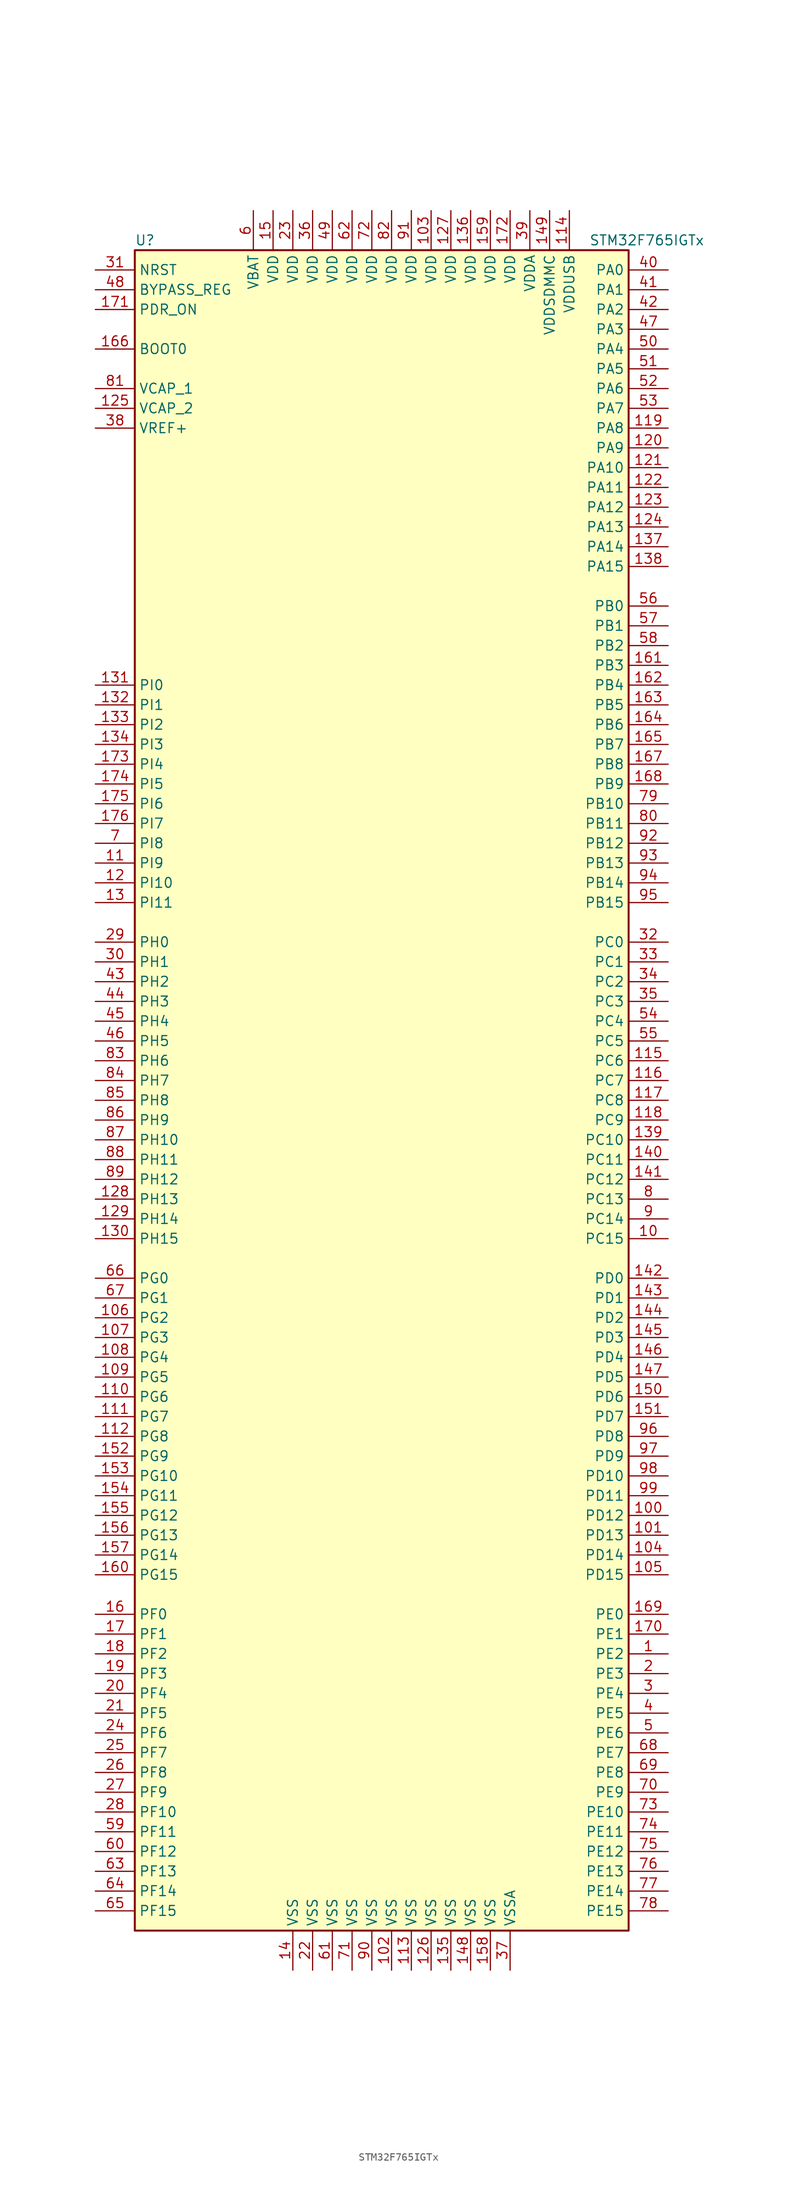
<source format=kicad_sym>
(kicad_symbol_lib
  (version 20211014)
  (generator kicad_symbol_editor)
  (symbol "STM32F765IGTx"
    (property "Reference" "U"
      (at -33.02 107.95 0)
      (effects (font (size 1.27 1.27)) (justify left)))
    (property "Value" "STM32F765IGTx"
      (at 25.4 107.95 0)
      (effects (font (size 1.27 1.27)) (justify left)))
    (symbol "STM32F765IGTx_0_1"
      (rectangle (start -33.02 -109.22) (end 30.48 106.68) (stroke (width 0.254) (type default) (color 0 0 0 0)) (fill (type background))))
    (symbol "STM32F765IGTx_1_1"
      (pin bidirectional line (at 35.56 -73.66 180) (length 5.08) (name "PE2" (effects (font (size 1.27 1.27)))) (number "1" (effects (font (size 1.27 1.27)))))
      (pin bidirectional line (at 35.56 -20.32 180) (length 5.08) (name "PC15" (effects (font (size 1.27 1.27)))) (number "10" (effects (font (size 1.27 1.27)))))
      (pin bidirectional line (at 35.56 -55.88 180) (length 5.08) (name "PD12" (effects (font (size 1.27 1.27)))) (number "100" (effects (font (size 1.27 1.27)))))
      (pin bidirectional line (at 35.56 -58.42 180) (length 5.08) (name "PD13" (effects (font (size 1.27 1.27)))) (number "101" (effects (font (size 1.27 1.27)))))
      (pin power_in line (at 0 -114.3 90) (length 5.08) (name "VSS" (effects (font (size 1.27 1.27)))) (number "102" (effects (font (size 1.27 1.27)))))
      (pin power_in line (at 5.08 111.76 270) (length 5.08) (name "VDD" (effects (font (size 1.27 1.27)))) (number "103" (effects (font (size 1.27 1.27)))))
      (pin bidirectional line (at 35.56 -60.96 180) (length 5.08) (name "PD14" (effects (font (size 1.27 1.27)))) (number "104" (effects (font (size 1.27 1.27)))))
      (pin bidirectional line (at 35.56 -63.5 180) (length 5.08) (name "PD15" (effects (font (size 1.27 1.27)))) (number "105" (effects (font (size 1.27 1.27)))))
      (pin bidirectional line (at -38.1 -30.48 0) (length 5.08) (name "PG2" (effects (font (size 1.27 1.27)))) (number "106" (effects (font (size 1.27 1.27)))))
      (pin bidirectional line (at -38.1 -33.02 0) (length 5.08) (name "PG3" (effects (font (size 1.27 1.27)))) (number "107" (effects (font (size 1.27 1.27)))))
      (pin bidirectional line (at -38.1 -35.56 0) (length 5.08) (name "PG4" (effects (font (size 1.27 1.27)))) (number "108" (effects (font (size 1.27 1.27)))))
      (pin bidirectional line (at -38.1 -38.1 0) (length 5.08) (name "PG5" (effects (font (size 1.27 1.27)))) (number "109" (effects (font (size 1.27 1.27)))))
      (pin bidirectional line (at -38.1 27.94 0) (length 5.08) (name "PI9" (effects (font (size 1.27 1.27)))) (number "11" (effects (font (size 1.27 1.27)))))
      (pin bidirectional line (at -38.1 -40.64 0) (length 5.08) (name "PG6" (effects (font (size 1.27 1.27)))) (number "110" (effects (font (size 1.27 1.27)))))
      (pin bidirectional line (at -38.1 -43.18 0) (length 5.08) (name "PG7" (effects (font (size 1.27 1.27)))) (number "111" (effects (font (size 1.27 1.27)))))
      (pin bidirectional line (at -38.1 -45.72 0) (length 5.08) (name "PG8" (effects (font (size 1.27 1.27)))) (number "112" (effects (font (size 1.27 1.27)))))
      (pin power_in line (at 2.54 -114.3 90) (length 5.08) (name "VSS" (effects (font (size 1.27 1.27)))) (number "113" (effects (font (size 1.27 1.27)))))
      (pin power_in line (at 22.86 111.76 270) (length 5.08) (name "VDDUSB" (effects (font (size 1.27 1.27)))) (number "114" (effects (font (size 1.27 1.27)))))
      (pin bidirectional line (at 35.56 2.54 180) (length 5.08) (name "PC6" (effects (font (size 1.27 1.27)))) (number "115" (effects (font (size 1.27 1.27)))))
      (pin bidirectional line (at 35.56 0 180) (length 5.08) (name "PC7" (effects (font (size 1.27 1.27)))) (number "116" (effects (font (size 1.27 1.27)))))
      (pin bidirectional line (at 35.56 -2.54 180) (length 5.08) (name "PC8" (effects (font (size 1.27 1.27)))) (number "117" (effects (font (size 1.27 1.27)))))
      (pin bidirectional line (at 35.56 -5.08 180) (length 5.08) (name "PC9" (effects (font (size 1.27 1.27)))) (number "118" (effects (font (size 1.27 1.27)))))
      (pin bidirectional line (at 35.56 83.82 180) (length 5.08) (name "PA8" (effects (font (size 1.27 1.27)))) (number "119" (effects (font (size 1.27 1.27)))))
      (pin bidirectional line (at -38.1 25.4 0) (length 5.08) (name "PI10" (effects (font (size 1.27 1.27)))) (number "12" (effects (font (size 1.27 1.27)))))
      (pin bidirectional line (at 35.56 81.28 180) (length 5.08) (name "PA9" (effects (font (size 1.27 1.27)))) (number "120" (effects (font (size 1.27 1.27)))))
      (pin bidirectional line (at 35.56 78.74 180) (length 5.08) (name "PA10" (effects (font (size 1.27 1.27)))) (number "121" (effects (font (size 1.27 1.27)))))
      (pin bidirectional line (at 35.56 76.2 180) (length 5.08) (name "PA11" (effects (font (size 1.27 1.27)))) (number "122" (effects (font (size 1.27 1.27)))))
      (pin bidirectional line (at 35.56 73.66 180) (length 5.08) (name "PA12" (effects (font (size 1.27 1.27)))) (number "123" (effects (font (size 1.27 1.27)))))
      (pin bidirectional line (at 35.56 71.12 180) (length 5.08) (name "PA13" (effects (font (size 1.27 1.27)))) (number "124" (effects (font (size 1.27 1.27)))))
      (pin power_in line (at -38.1 86.36 0) (length 5.08) (name "VCAP_2" (effects (font (size 1.27 1.27)))) (number "125" (effects (font (size 1.27 1.27)))))
      (pin power_in line (at 5.08 -114.3 90) (length 5.08) (name "VSS" (effects (font (size 1.27 1.27)))) (number "126" (effects (font (size 1.27 1.27)))))
      (pin power_in line (at 7.62 111.76 270) (length 5.08) (name "VDD" (effects (font (size 1.27 1.27)))) (number "127" (effects (font (size 1.27 1.27)))))
      (pin bidirectional line (at -38.1 -15.24 0) (length 5.08) (name "PH13" (effects (font (size 1.27 1.27)))) (number "128" (effects (font (size 1.27 1.27)))))
      (pin bidirectional line (at -38.1 -17.78 0) (length 5.08) (name "PH14" (effects (font (size 1.27 1.27)))) (number "129" (effects (font (size 1.27 1.27)))))
      (pin bidirectional line (at -38.1 22.86 0) (length 5.08) (name "PI11" (effects (font (size 1.27 1.27)))) (number "13" (effects (font (size 1.27 1.27)))))
      (pin bidirectional line (at -38.1 -20.32 0) (length 5.08) (name "PH15" (effects (font (size 1.27 1.27)))) (number "130" (effects (font (size 1.27 1.27)))))
      (pin bidirectional line (at -38.1 50.8 0) (length 5.08) (name "PI0" (effects (font (size 1.27 1.27)))) (number "131" (effects (font (size 1.27 1.27)))))
      (pin bidirectional line (at -38.1 48.26 0) (length 5.08) (name "PI1" (effects (font (size 1.27 1.27)))) (number "132" (effects (font (size 1.27 1.27)))))
      (pin bidirectional line (at -38.1 45.72 0) (length 5.08) (name "PI2" (effects (font (size 1.27 1.27)))) (number "133" (effects (font (size 1.27 1.27)))))
      (pin bidirectional line (at -38.1 43.18 0) (length 5.08) (name "PI3" (effects (font (size 1.27 1.27)))) (number "134" (effects (font (size 1.27 1.27)))))
      (pin power_in line (at 7.62 -114.3 90) (length 5.08) (name "VSS" (effects (font (size 1.27 1.27)))) (number "135" (effects (font (size 1.27 1.27)))))
      (pin power_in line (at 10.16 111.76 270) (length 5.08) (name "VDD" (effects (font (size 1.27 1.27)))) (number "136" (effects (font (size 1.27 1.27)))))
      (pin bidirectional line (at 35.56 68.58 180) (length 5.08) (name "PA14" (effects (font (size 1.27 1.27)))) (number "137" (effects (font (size 1.27 1.27)))))
      (pin bidirectional line (at 35.56 66.04 180) (length 5.08) (name "PA15" (effects (font (size 1.27 1.27)))) (number "138" (effects (font (size 1.27 1.27)))))
      (pin bidirectional line (at 35.56 -7.62 180) (length 5.08) (name "PC10" (effects (font (size 1.27 1.27)))) (number "139" (effects (font (size 1.27 1.27)))))
      (pin power_in line (at -12.7 -114.3 90) (length 5.08) (name "VSS" (effects (font (size 1.27 1.27)))) (number "14" (effects (font (size 1.27 1.27)))))
      (pin bidirectional line (at 35.56 -10.16 180) (length 5.08) (name "PC11" (effects (font (size 1.27 1.27)))) (number "140" (effects (font (size 1.27 1.27)))))
      (pin bidirectional line (at 35.56 -12.7 180) (length 5.08) (name "PC12" (effects (font (size 1.27 1.27)))) (number "141" (effects (font (size 1.27 1.27)))))
      (pin bidirectional line (at 35.56 -25.4 180) (length 5.08) (name "PD0" (effects (font (size 1.27 1.27)))) (number "142" (effects (font (size 1.27 1.27)))))
      (pin bidirectional line (at 35.56 -27.94 180) (length 5.08) (name "PD1" (effects (font (size 1.27 1.27)))) (number "143" (effects (font (size 1.27 1.27)))))
      (pin bidirectional line (at 35.56 -30.48 180) (length 5.08) (name "PD2" (effects (font (size 1.27 1.27)))) (number "144" (effects (font (size 1.27 1.27)))))
      (pin bidirectional line (at 35.56 -33.02 180) (length 5.08) (name "PD3" (effects (font (size 1.27 1.27)))) (number "145" (effects (font (size 1.27 1.27)))))
      (pin bidirectional line (at 35.56 -35.56 180) (length 5.08) (name "PD4" (effects (font (size 1.27 1.27)))) (number "146" (effects (font (size 1.27 1.27)))))
      (pin bidirectional line (at 35.56 -38.1 180) (length 5.08) (name "PD5" (effects (font (size 1.27 1.27)))) (number "147" (effects (font (size 1.27 1.27)))))
      (pin power_in line (at 10.16 -114.3 90) (length 5.08) (name "VSS" (effects (font (size 1.27 1.27)))) (number "148" (effects (font (size 1.27 1.27)))))
      (pin power_in line (at 20.32 111.76 270) (length 5.08) (name "VDDSDMMC" (effects (font (size 1.27 1.27)))) (number "149" (effects (font (size 1.27 1.27)))))
      (pin power_in line (at -15.24 111.76 270) (length 5.08) (name "VDD" (effects (font (size 1.27 1.27)))) (number "15" (effects (font (size 1.27 1.27)))))
      (pin bidirectional line (at 35.56 -40.64 180) (length 5.08) (name "PD6" (effects (font (size 1.27 1.27)))) (number "150" (effects (font (size 1.27 1.27)))))
      (pin bidirectional line (at 35.56 -43.18 180) (length 5.08) (name "PD7" (effects (font (size 1.27 1.27)))) (number "151" (effects (font (size 1.27 1.27)))))
      (pin bidirectional line (at -38.1 -48.26 0) (length 5.08) (name "PG9" (effects (font (size 1.27 1.27)))) (number "152" (effects (font (size 1.27 1.27)))))
      (pin bidirectional line (at -38.1 -50.8 0) (length 5.08) (name "PG10" (effects (font (size 1.27 1.27)))) (number "153" (effects (font (size 1.27 1.27)))))
      (pin bidirectional line (at -38.1 -53.34 0) (length 5.08) (name "PG11" (effects (font (size 1.27 1.27)))) (number "154" (effects (font (size 1.27 1.27)))))
      (pin bidirectional line (at -38.1 -55.88 0) (length 5.08) (name "PG12" (effects (font (size 1.27 1.27)))) (number "155" (effects (font (size 1.27 1.27)))))
      (pin bidirectional line (at -38.1 -58.42 0) (length 5.08) (name "PG13" (effects (font (size 1.27 1.27)))) (number "156" (effects (font (size 1.27 1.27)))))
      (pin bidirectional line (at -38.1 -60.96 0) (length 5.08) (name "PG14" (effects (font (size 1.27 1.27)))) (number "157" (effects (font (size 1.27 1.27)))))
      (pin power_in line (at 12.7 -114.3 90) (length 5.08) (name "VSS" (effects (font (size 1.27 1.27)))) (number "158" (effects (font (size 1.27 1.27)))))
      (pin power_in line (at 12.7 111.76 270) (length 5.08) (name "VDD" (effects (font (size 1.27 1.27)))) (number "159" (effects (font (size 1.27 1.27)))))
      (pin bidirectional line (at -38.1 -68.58 0) (length 5.08) (name "PF0" (effects (font (size 1.27 1.27)))) (number "16" (effects (font (size 1.27 1.27)))))
      (pin bidirectional line (at -38.1 -63.5 0) (length 5.08) (name "PG15" (effects (font (size 1.27 1.27)))) (number "160" (effects (font (size 1.27 1.27)))))
      (pin bidirectional line (at 35.56 53.34 180) (length 5.08) (name "PB3" (effects (font (size 1.27 1.27)))) (number "161" (effects (font (size 1.27 1.27)))))
      (pin bidirectional line (at 35.56 50.8 180) (length 5.08) (name "PB4" (effects (font (size 1.27 1.27)))) (number "162" (effects (font (size 1.27 1.27)))))
      (pin bidirectional line (at 35.56 48.26 180) (length 5.08) (name "PB5" (effects (font (size 1.27 1.27)))) (number "163" (effects (font (size 1.27 1.27)))))
      (pin bidirectional line (at 35.56 45.72 180) (length 5.08) (name "PB6" (effects (font (size 1.27 1.27)))) (number "164" (effects (font (size 1.27 1.27)))))
      (pin bidirectional line (at 35.56 43.18 180) (length 5.08) (name "PB7" (effects (font (size 1.27 1.27)))) (number "165" (effects (font (size 1.27 1.27)))))
      (pin input line (at -38.1 93.98 0) (length 5.08) (name "BOOT0" (effects (font (size 1.27 1.27)))) (number "166" (effects (font (size 1.27 1.27)))))
      (pin bidirectional line (at 35.56 40.64 180) (length 5.08) (name "PB8" (effects (font (size 1.27 1.27)))) (number "167" (effects (font (size 1.27 1.27)))))
      (pin bidirectional line (at 35.56 38.1 180) (length 5.08) (name "PB9" (effects (font (size 1.27 1.27)))) (number "168" (effects (font (size 1.27 1.27)))))
      (pin bidirectional line (at 35.56 -68.58 180) (length 5.08) (name "PE0" (effects (font (size 1.27 1.27)))) (number "169" (effects (font (size 1.27 1.27)))))
      (pin bidirectional line (at -38.1 -71.12 0) (length 5.08) (name "PF1" (effects (font (size 1.27 1.27)))) (number "17" (effects (font (size 1.27 1.27)))))
      (pin bidirectional line (at 35.56 -71.12 180) (length 5.08) (name "PE1" (effects (font (size 1.27 1.27)))) (number "170" (effects (font (size 1.27 1.27)))))
      (pin input line (at -38.1 99.06 0) (length 5.08) (name "PDR_ON" (effects (font (size 1.27 1.27)))) (number "171" (effects (font (size 1.27 1.27)))))
      (pin power_in line (at 15.24 111.76 270) (length 5.08) (name "VDD" (effects (font (size 1.27 1.27)))) (number "172" (effects (font (size 1.27 1.27)))))
      (pin bidirectional line (at -38.1 40.64 0) (length 5.08) (name "PI4" (effects (font (size 1.27 1.27)))) (number "173" (effects (font (size 1.27 1.27)))))
      (pin bidirectional line (at -38.1 38.1 0) (length 5.08) (name "PI5" (effects (font (size 1.27 1.27)))) (number "174" (effects (font (size 1.27 1.27)))))
      (pin bidirectional line (at -38.1 35.56 0) (length 5.08) (name "PI6" (effects (font (size 1.27 1.27)))) (number "175" (effects (font (size 1.27 1.27)))))
      (pin bidirectional line (at -38.1 33.02 0) (length 5.08) (name "PI7" (effects (font (size 1.27 1.27)))) (number "176" (effects (font (size 1.27 1.27)))))
      (pin bidirectional line (at -38.1 -73.66 0) (length 5.08) (name "PF2" (effects (font (size 1.27 1.27)))) (number "18" (effects (font (size 1.27 1.27)))))
      (pin bidirectional line (at -38.1 -76.2 0) (length 5.08) (name "PF3" (effects (font (size 1.27 1.27)))) (number "19" (effects (font (size 1.27 1.27)))))
      (pin bidirectional line (at 35.56 -76.2 180) (length 5.08) (name "PE3" (effects (font (size 1.27 1.27)))) (number "2" (effects (font (size 1.27 1.27)))))
      (pin bidirectional line (at -38.1 -78.74 0) (length 5.08) (name "PF4" (effects (font (size 1.27 1.27)))) (number "20" (effects (font (size 1.27 1.27)))))
      (pin bidirectional line (at -38.1 -81.28 0) (length 5.08) (name "PF5" (effects (font (size 1.27 1.27)))) (number "21" (effects (font (size 1.27 1.27)))))
      (pin power_in line (at -10.16 -114.3 90) (length 5.08) (name "VSS" (effects (font (size 1.27 1.27)))) (number "22" (effects (font (size 1.27 1.27)))))
      (pin power_in line (at -12.7 111.76 270) (length 5.08) (name "VDD" (effects (font (size 1.27 1.27)))) (number "23" (effects (font (size 1.27 1.27)))))
      (pin bidirectional line (at -38.1 -83.82 0) (length 5.08) (name "PF6" (effects (font (size 1.27 1.27)))) (number "24" (effects (font (size 1.27 1.27)))))
      (pin bidirectional line (at -38.1 -86.36 0) (length 5.08) (name "PF7" (effects (font (size 1.27 1.27)))) (number "25" (effects (font (size 1.27 1.27)))))
      (pin bidirectional line (at -38.1 -88.9 0) (length 5.08) (name "PF8" (effects (font (size 1.27 1.27)))) (number "26" (effects (font (size 1.27 1.27)))))
      (pin bidirectional line (at -38.1 -91.44 0) (length 5.08) (name "PF9" (effects (font (size 1.27 1.27)))) (number "27" (effects (font (size 1.27 1.27)))))
      (pin bidirectional line (at -38.1 -93.98 0) (length 5.08) (name "PF10" (effects (font (size 1.27 1.27)))) (number "28" (effects (font (size 1.27 1.27)))))
      (pin input line (at -38.1 17.78 0) (length 5.08) (name "PH0" (effects (font (size 1.27 1.27)))) (number "29" (effects (font (size 1.27 1.27)))))
      (pin bidirectional line (at 35.56 -78.74 180) (length 5.08) (name "PE4" (effects (font (size 1.27 1.27)))) (number "3" (effects (font (size 1.27 1.27)))))
      (pin input line (at -38.1 15.24 0) (length 5.08) (name "PH1" (effects (font (size 1.27 1.27)))) (number "30" (effects (font (size 1.27 1.27)))))
      (pin input line (at -38.1 104.14 0) (length 5.08) (name "NRST" (effects (font (size 1.27 1.27)))) (number "31" (effects (font (size 1.27 1.27)))))
      (pin bidirectional line (at 35.56 17.78 180) (length 5.08) (name "PC0" (effects (font (size 1.27 1.27)))) (number "32" (effects (font (size 1.27 1.27)))))
      (pin bidirectional line (at 35.56 15.24 180) (length 5.08) (name "PC1" (effects (font (size 1.27 1.27)))) (number "33" (effects (font (size 1.27 1.27)))))
      (pin bidirectional line (at 35.56 12.7 180) (length 5.08) (name "PC2" (effects (font (size 1.27 1.27)))) (number "34" (effects (font (size 1.27 1.27)))))
      (pin bidirectional line (at 35.56 10.16 180) (length 5.08) (name "PC3" (effects (font (size 1.27 1.27)))) (number "35" (effects (font (size 1.27 1.27)))))
      (pin power_in line (at -10.16 111.76 270) (length 5.08) (name "VDD" (effects (font (size 1.27 1.27)))) (number "36" (effects (font (size 1.27 1.27)))))
      (pin power_in line (at 15.24 -114.3 90) (length 5.08) (name "VSSA" (effects (font (size 1.27 1.27)))) (number "37" (effects (font (size 1.27 1.27)))))
      (pin power_in line (at -38.1 83.82 0) (length 5.08) (name "VREF+" (effects (font (size 1.27 1.27)))) (number "38" (effects (font (size 1.27 1.27)))))
      (pin power_in line (at 17.78 111.76 270) (length 5.08) (name "VDDA" (effects (font (size 1.27 1.27)))) (number "39" (effects (font (size 1.27 1.27)))))
      (pin bidirectional line (at 35.56 -81.28 180) (length 5.08) (name "PE5" (effects (font (size 1.27 1.27)))) (number "4" (effects (font (size 1.27 1.27)))))
      (pin bidirectional line (at 35.56 104.14 180) (length 5.08) (name "PA0" (effects (font (size 1.27 1.27)))) (number "40" (effects (font (size 1.27 1.27)))))
      (pin bidirectional line (at 35.56 101.6 180) (length 5.08) (name "PA1" (effects (font (size 1.27 1.27)))) (number "41" (effects (font (size 1.27 1.27)))))
      (pin bidirectional line (at 35.56 99.06 180) (length 5.08) (name "PA2" (effects (font (size 1.27 1.27)))) (number "42" (effects (font (size 1.27 1.27)))))
      (pin bidirectional line (at -38.1 12.7 0) (length 5.08) (name "PH2" (effects (font (size 1.27 1.27)))) (number "43" (effects (font (size 1.27 1.27)))))
      (pin bidirectional line (at -38.1 10.16 0) (length 5.08) (name "PH3" (effects (font (size 1.27 1.27)))) (number "44" (effects (font (size 1.27 1.27)))))
      (pin bidirectional line (at -38.1 7.62 0) (length 5.08) (name "PH4" (effects (font (size 1.27 1.27)))) (number "45" (effects (font (size 1.27 1.27)))))
      (pin bidirectional line (at -38.1 5.08 0) (length 5.08) (name "PH5" (effects (font (size 1.27 1.27)))) (number "46" (effects (font (size 1.27 1.27)))))
      (pin bidirectional line (at 35.56 96.52 180) (length 5.08) (name "PA3" (effects (font (size 1.27 1.27)))) (number "47" (effects (font (size 1.27 1.27)))))
      (pin input line (at -38.1 101.6 0) (length 5.08) (name "BYPASS_REG" (effects (font (size 1.27 1.27)))) (number "48" (effects (font (size 1.27 1.27)))))
      (pin power_in line (at -7.62 111.76 270) (length 5.08) (name "VDD" (effects (font (size 1.27 1.27)))) (number "49" (effects (font (size 1.27 1.27)))))
      (pin bidirectional line (at 35.56 -83.82 180) (length 5.08) (name "PE6" (effects (font (size 1.27 1.27)))) (number "5" (effects (font (size 1.27 1.27)))))
      (pin bidirectional line (at 35.56 93.98 180) (length 5.08) (name "PA4" (effects (font (size 1.27 1.27)))) (number "50" (effects (font (size 1.27 1.27)))))
      (pin bidirectional line (at 35.56 91.44 180) (length 5.08) (name "PA5" (effects (font (size 1.27 1.27)))) (number "51" (effects (font (size 1.27 1.27)))))
      (pin bidirectional line (at 35.56 88.9 180) (length 5.08) (name "PA6" (effects (font (size 1.27 1.27)))) (number "52" (effects (font (size 1.27 1.27)))))
      (pin bidirectional line (at 35.56 86.36 180) (length 5.08) (name "PA7" (effects (font (size 1.27 1.27)))) (number "53" (effects (font (size 1.27 1.27)))))
      (pin bidirectional line (at 35.56 7.62 180) (length 5.08) (name "PC4" (effects (font (size 1.27 1.27)))) (number "54" (effects (font (size 1.27 1.27)))))
      (pin bidirectional line (at 35.56 5.08 180) (length 5.08) (name "PC5" (effects (font (size 1.27 1.27)))) (number "55" (effects (font (size 1.27 1.27)))))
      (pin bidirectional line (at 35.56 60.96 180) (length 5.08) (name "PB0" (effects (font (size 1.27 1.27)))) (number "56" (effects (font (size 1.27 1.27)))))
      (pin bidirectional line (at 35.56 58.42 180) (length 5.08) (name "PB1" (effects (font (size 1.27 1.27)))) (number "57" (effects (font (size 1.27 1.27)))))
      (pin bidirectional line (at 35.56 55.88 180) (length 5.08) (name "PB2" (effects (font (size 1.27 1.27)))) (number "58" (effects (font (size 1.27 1.27)))))
      (pin bidirectional line (at -38.1 -96.52 0) (length 5.08) (name "PF11" (effects (font (size 1.27 1.27)))) (number "59" (effects (font (size 1.27 1.27)))))
      (pin power_in line (at -17.78 111.76 270) (length 5.08) (name "VBAT" (effects (font (size 1.27 1.27)))) (number "6" (effects (font (size 1.27 1.27)))))
      (pin bidirectional line (at -38.1 -99.06 0) (length 5.08) (name "PF12" (effects (font (size 1.27 1.27)))) (number "60" (effects (font (size 1.27 1.27)))))
      (pin power_in line (at -7.62 -114.3 90) (length 5.08) (name "VSS" (effects (font (size 1.27 1.27)))) (number "61" (effects (font (size 1.27 1.27)))))
      (pin power_in line (at -5.08 111.76 270) (length 5.08) (name "VDD" (effects (font (size 1.27 1.27)))) (number "62" (effects (font (size 1.27 1.27)))))
      (pin bidirectional line (at -38.1 -101.6 0) (length 5.08) (name "PF13" (effects (font (size 1.27 1.27)))) (number "63" (effects (font (size 1.27 1.27)))))
      (pin bidirectional line (at -38.1 -104.14 0) (length 5.08) (name "PF14" (effects (font (size 1.27 1.27)))) (number "64" (effects (font (size 1.27 1.27)))))
      (pin bidirectional line (at -38.1 -106.68 0) (length 5.08) (name "PF15" (effects (font (size 1.27 1.27)))) (number "65" (effects (font (size 1.27 1.27)))))
      (pin bidirectional line (at -38.1 -25.4 0) (length 5.08) (name "PG0" (effects (font (size 1.27 1.27)))) (number "66" (effects (font (size 1.27 1.27)))))
      (pin bidirectional line (at -38.1 -27.94 0) (length 5.08) (name "PG1" (effects (font (size 1.27 1.27)))) (number "67" (effects (font (size 1.27 1.27)))))
      (pin bidirectional line (at 35.56 -86.36 180) (length 5.08) (name "PE7" (effects (font (size 1.27 1.27)))) (number "68" (effects (font (size 1.27 1.27)))))
      (pin bidirectional line (at 35.56 -88.9 180) (length 5.08) (name "PE8" (effects (font (size 1.27 1.27)))) (number "69" (effects (font (size 1.27 1.27)))))
      (pin bidirectional line (at -38.1 30.48 0) (length 5.08) (name "PI8" (effects (font (size 1.27 1.27)))) (number "7" (effects (font (size 1.27 1.27)))))
      (pin bidirectional line (at 35.56 -91.44 180) (length 5.08) (name "PE9" (effects (font (size 1.27 1.27)))) (number "70" (effects (font (size 1.27 1.27)))))
      (pin power_in line (at -5.08 -114.3 90) (length 5.08) (name "VSS" (effects (font (size 1.27 1.27)))) (number "71" (effects (font (size 1.27 1.27)))))
      (pin power_in line (at -2.54 111.76 270) (length 5.08) (name "VDD" (effects (font (size 1.27 1.27)))) (number "72" (effects (font (size 1.27 1.27)))))
      (pin bidirectional line (at 35.56 -93.98 180) (length 5.08) (name "PE10" (effects (font (size 1.27 1.27)))) (number "73" (effects (font (size 1.27 1.27)))))
      (pin bidirectional line (at 35.56 -96.52 180) (length 5.08) (name "PE11" (effects (font (size 1.27 1.27)))) (number "74" (effects (font (size 1.27 1.27)))))
      (pin bidirectional line (at 35.56 -99.06 180) (length 5.08) (name "PE12" (effects (font (size 1.27 1.27)))) (number "75" (effects (font (size 1.27 1.27)))))
      (pin bidirectional line (at 35.56 -101.6 180) (length 5.08) (name "PE13" (effects (font (size 1.27 1.27)))) (number "76" (effects (font (size 1.27 1.27)))))
      (pin bidirectional line (at 35.56 -104.14 180) (length 5.08) (name "PE14" (effects (font (size 1.27 1.27)))) (number "77" (effects (font (size 1.27 1.27)))))
      (pin bidirectional line (at 35.56 -106.68 180) (length 5.08) (name "PE15" (effects (font (size 1.27 1.27)))) (number "78" (effects (font (size 1.27 1.27)))))
      (pin bidirectional line (at 35.56 35.56 180) (length 5.08) (name "PB10" (effects (font (size 1.27 1.27)))) (number "79" (effects (font (size 1.27 1.27)))))
      (pin bidirectional line (at 35.56 -15.24 180) (length 5.08) (name "PC13" (effects (font (size 1.27 1.27)))) (number "8" (effects (font (size 1.27 1.27)))))
      (pin bidirectional line (at 35.56 33.02 180) (length 5.08) (name "PB11" (effects (font (size 1.27 1.27)))) (number "80" (effects (font (size 1.27 1.27)))))
      (pin power_in line (at -38.1 88.9 0) (length 5.08) (name "VCAP_1" (effects (font (size 1.27 1.27)))) (number "81" (effects (font (size 1.27 1.27)))))
      (pin power_in line (at 0 111.76 270) (length 5.08) (name "VDD" (effects (font (size 1.27 1.27)))) (number "82" (effects (font (size 1.27 1.27)))))
      (pin bidirectional line (at -38.1 2.54 0) (length 5.08) (name "PH6" (effects (font (size 1.27 1.27)))) (number "83" (effects (font (size 1.27 1.27)))))
      (pin bidirectional line (at -38.1 0 0) (length 5.08) (name "PH7" (effects (font (size 1.27 1.27)))) (number "84" (effects (font (size 1.27 1.27)))))
      (pin bidirectional line (at -38.1 -2.54 0) (length 5.08) (name "PH8" (effects (font (size 1.27 1.27)))) (number "85" (effects (font (size 1.27 1.27)))))
      (pin bidirectional line (at -38.1 -5.08 0) (length 5.08) (name "PH9" (effects (font (size 1.27 1.27)))) (number "86" (effects (font (size 1.27 1.27)))))
      (pin bidirectional line (at -38.1 -7.62 0) (length 5.08) (name "PH10" (effects (font (size 1.27 1.27)))) (number "87" (effects (font (size 1.27 1.27)))))
      (pin bidirectional line (at -38.1 -10.16 0) (length 5.08) (name "PH11" (effects (font (size 1.27 1.27)))) (number "88" (effects (font (size 1.27 1.27)))))
      (pin bidirectional line (at -38.1 -12.7 0) (length 5.08) (name "PH12" (effects (font (size 1.27 1.27)))) (number "89" (effects (font (size 1.27 1.27)))))
      (pin bidirectional line (at 35.56 -17.78 180) (length 5.08) (name "PC14" (effects (font (size 1.27 1.27)))) (number "9" (effects (font (size 1.27 1.27)))))
      (pin power_in line (at -2.54 -114.3 90) (length 5.08) (name "VSS" (effects (font (size 1.27 1.27)))) (number "90" (effects (font (size 1.27 1.27)))))
      (pin power_in line (at 2.54 111.76 270) (length 5.08) (name "VDD" (effects (font (size 1.27 1.27)))) (number "91" (effects (font (size 1.27 1.27)))))
      (pin bidirectional line (at 35.56 30.48 180) (length 5.08) (name "PB12" (effects (font (size 1.27 1.27)))) (number "92" (effects (font (size 1.27 1.27)))))
      (pin bidirectional line (at 35.56 27.94 180) (length 5.08) (name "PB13" (effects (font (size 1.27 1.27)))) (number "93" (effects (font (size 1.27 1.27)))))
      (pin bidirectional line (at 35.56 25.4 180) (length 5.08) (name "PB14" (effects (font (size 1.27 1.27)))) (number "94" (effects (font (size 1.27 1.27)))))
      (pin bidirectional line (at 35.56 22.86 180) (length 5.08) (name "PB15" (effects (font (size 1.27 1.27)))) (number "95" (effects (font (size 1.27 1.27)))))
      (pin bidirectional line (at 35.56 -45.72 180) (length 5.08) (name "PD8" (effects (font (size 1.27 1.27)))) (number "96" (effects (font (size 1.27 1.27)))))
      (pin bidirectional line (at 35.56 -48.26 180) (length 5.08) (name "PD9" (effects (font (size 1.27 1.27)))) (number "97" (effects (font (size 1.27 1.27)))))
      (pin bidirectional line (at 35.56 -50.8 180) (length 5.08) (name "PD10" (effects (font (size 1.27 1.27)))) (number "98" (effects (font (size 1.27 1.27)))))
      (pin bidirectional line (at 35.56 -53.34 180) (length 5.08) (name "PD11" (effects (font (size 1.27 1.27)))) (number "99" (effects (font (size 1.27 1.27))))))))
</source>
